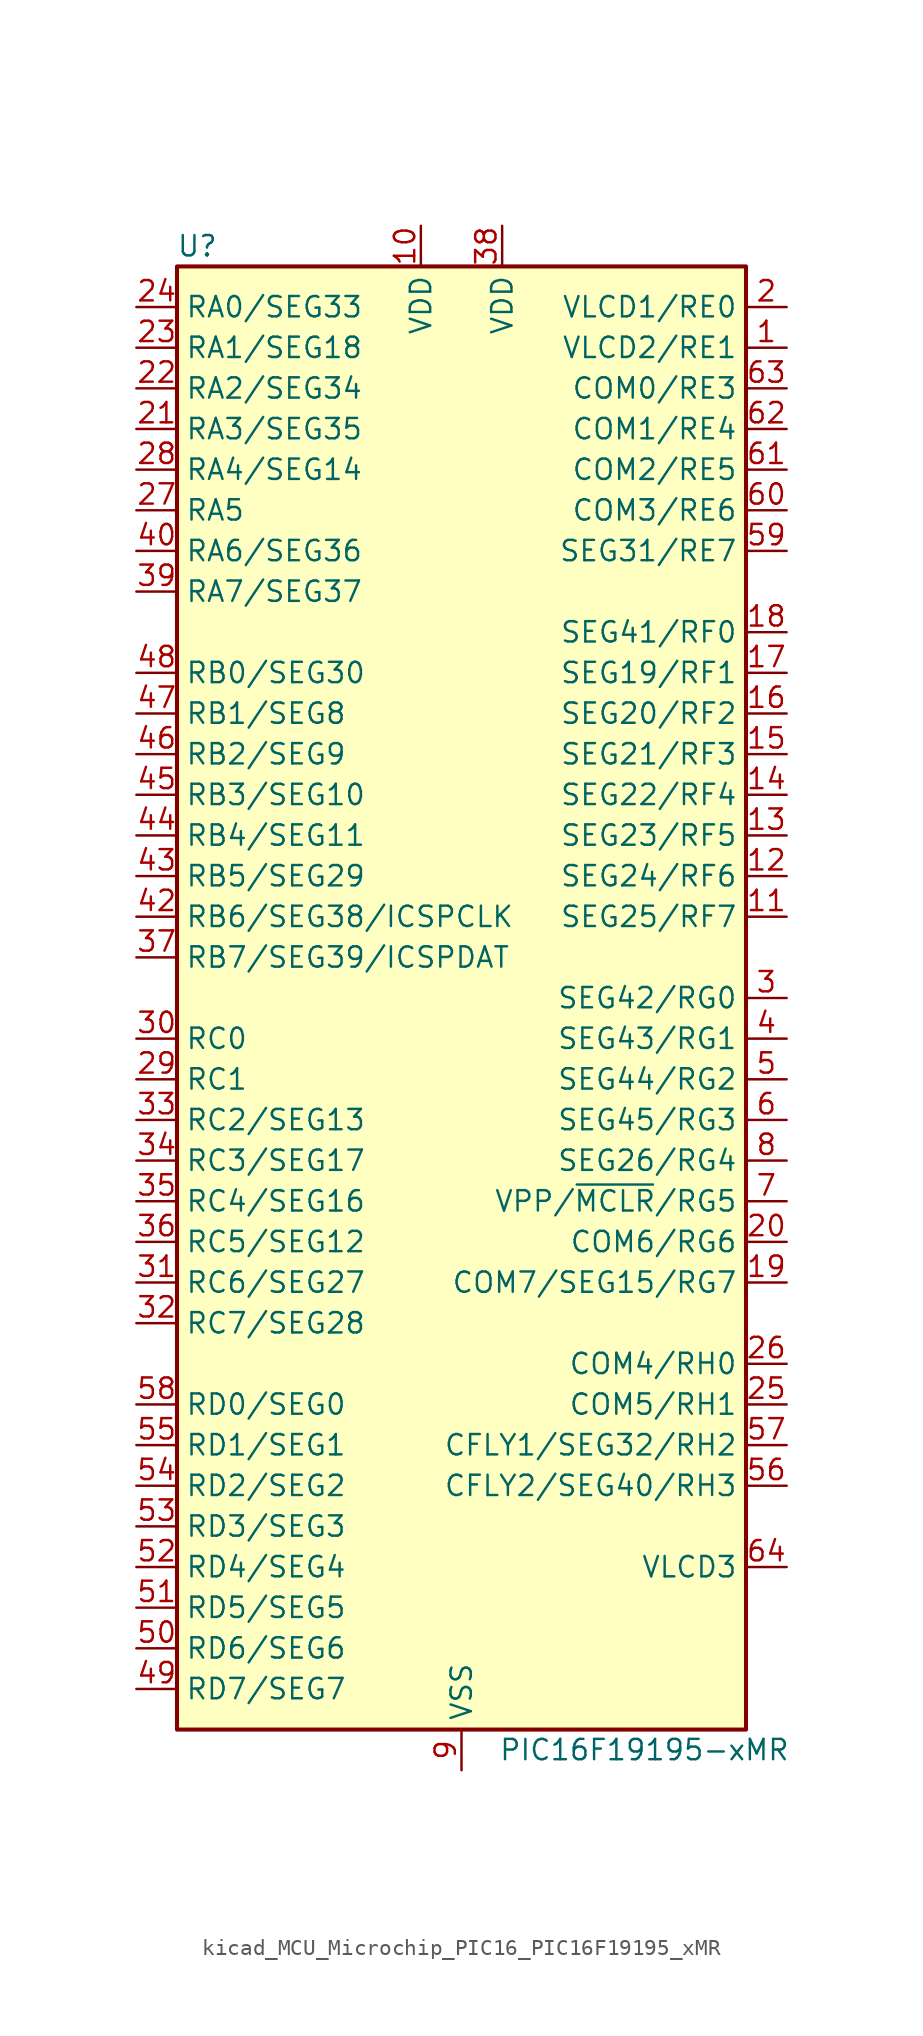
<source format=kicad_sym>
(kicad_symbol_lib
  (version 20220914)
  (generator kicad_symbol_editor)
  (symbol "kicad_MCU_Microchip_PIC16_PIC16F19195_xMR"
    (property "Reference" "U"
      (at -16.51 46.99 0)
      (effects (font (size 1.27 1.27))))
    (property "Value" "PIC16F19195-xMR"
      (at 11.43 -46.99 0)
      (effects (font (size 1.27 1.27))))
    (symbol "kicad_MCU_Microchip_PIC16_PIC16F19195_xMR_0_1"
      (rectangle (start -17.78 45.72) (end 17.78 -45.72) (stroke (width 0.254) (type default)) (fill (type background))))
    (symbol "kicad_MCU_Microchip_PIC16_PIC16F19195_xMR_1_1"
      (pin bidirectional line (at 20.32 40.64 180) (length 2.54) (name "VLCD2/RE1" (effects (font (size 1.27 1.27)))) (number "1" (effects (font (size 1.27 1.27)))))
      (pin power_in line (at -2.54 48.26 270) (length 2.54) (name "VDD" (effects (font (size 1.27 1.27)))) (number "10" (effects (font (size 1.27 1.27)))))
      (pin bidirectional line (at 20.32 5.08 180) (length 2.54) (name "SEG25/RF7" (effects (font (size 1.27 1.27)))) (number "11" (effects (font (size 1.27 1.27)))))
      (pin bidirectional line (at 20.32 7.62 180) (length 2.54) (name "SEG24/RF6" (effects (font (size 1.27 1.27)))) (number "12" (effects (font (size 1.27 1.27)))))
      (pin bidirectional line (at 20.32 10.16 180) (length 2.54) (name "SEG23/RF5" (effects (font (size 1.27 1.27)))) (number "13" (effects (font (size 1.27 1.27)))))
      (pin bidirectional line (at 20.32 12.7 180) (length 2.54) (name "SEG22/RF4" (effects (font (size 1.27 1.27)))) (number "14" (effects (font (size 1.27 1.27)))))
      (pin bidirectional line (at 20.32 15.24 180) (length 2.54) (name "SEG21/RF3" (effects (font (size 1.27 1.27)))) (number "15" (effects (font (size 1.27 1.27)))))
      (pin bidirectional line (at 20.32 17.78 180) (length 2.54) (name "SEG20/RF2" (effects (font (size 1.27 1.27)))) (number "16" (effects (font (size 1.27 1.27)))))
      (pin bidirectional line (at 20.32 20.32 180) (length 2.54) (name "SEG19/RF1" (effects (font (size 1.27 1.27)))) (number "17" (effects (font (size 1.27 1.27)))))
      (pin bidirectional line (at 20.32 22.86 180) (length 2.54) (name "SEG41/RF0" (effects (font (size 1.27 1.27)))) (number "18" (effects (font (size 1.27 1.27)))))
      (pin bidirectional line (at 20.32 -17.78 180) (length 2.54) (name "COM7/SEG15/RG7" (effects (font (size 1.27 1.27)))) (number "19" (effects (font (size 1.27 1.27)))))
      (pin bidirectional line (at 20.32 43.18 180) (length 2.54) (name "VLCD1/RE0" (effects (font (size 1.27 1.27)))) (number "2" (effects (font (size 1.27 1.27)))))
      (pin bidirectional line (at 20.32 -15.24 180) (length 2.54) (name "COM6/RG6" (effects (font (size 1.27 1.27)))) (number "20" (effects (font (size 1.27 1.27)))))
      (pin bidirectional line (at -20.32 35.56 0) (length 2.54) (name "RA3/SEG35" (effects (font (size 1.27 1.27)))) (number "21" (effects (font (size 1.27 1.27)))))
      (pin bidirectional line (at -20.32 38.1 0) (length 2.54) (name "RA2/SEG34" (effects (font (size 1.27 1.27)))) (number "22" (effects (font (size 1.27 1.27)))))
      (pin bidirectional line (at -20.32 40.64 0) (length 2.54) (name "RA1/SEG18" (effects (font (size 1.27 1.27)))) (number "23" (effects (font (size 1.27 1.27)))))
      (pin bidirectional line (at -20.32 43.18 0) (length 2.54) (name "RA0/SEG33" (effects (font (size 1.27 1.27)))) (number "24" (effects (font (size 1.27 1.27)))))
      (pin bidirectional line (at 20.32 -25.4 180) (length 2.54) (name "COM5/RH1" (effects (font (size 1.27 1.27)))) (number "25" (effects (font (size 1.27 1.27)))))
      (pin bidirectional line (at 20.32 -22.86 180) (length 2.54) (name "COM4/RH0" (effects (font (size 1.27 1.27)))) (number "26" (effects (font (size 1.27 1.27)))))
      (pin bidirectional line (at -20.32 30.48 0) (length 2.54) (name "RA5" (effects (font (size 1.27 1.27)))) (number "27" (effects (font (size 1.27 1.27)))))
      (pin bidirectional line (at -20.32 33.02 0) (length 2.54) (name "RA4/SEG14" (effects (font (size 1.27 1.27)))) (number "28" (effects (font (size 1.27 1.27)))))
      (pin bidirectional line (at -20.32 -5.08 0) (length 2.54) (name "RC1" (effects (font (size 1.27 1.27)))) (number "29" (effects (font (size 1.27 1.27)))))
      (pin bidirectional line (at 20.32 0 180) (length 2.54) (name "SEG42/RG0" (effects (font (size 1.27 1.27)))) (number "3" (effects (font (size 1.27 1.27)))))
      (pin bidirectional line (at -20.32 -2.54 0) (length 2.54) (name "RC0" (effects (font (size 1.27 1.27)))) (number "30" (effects (font (size 1.27 1.27)))))
      (pin bidirectional line (at -20.32 -17.78 0) (length 2.54) (name "RC6/SEG27" (effects (font (size 1.27 1.27)))) (number "31" (effects (font (size 1.27 1.27)))))
      (pin bidirectional line (at -20.32 -20.32 0) (length 2.54) (name "RC7/SEG28" (effects (font (size 1.27 1.27)))) (number "32" (effects (font (size 1.27 1.27)))))
      (pin bidirectional line (at -20.32 -7.62 0) (length 2.54) (name "RC2/SEG13" (effects (font (size 1.27 1.27)))) (number "33" (effects (font (size 1.27 1.27)))))
      (pin bidirectional line (at -20.32 -10.16 0) (length 2.54) (name "RC3/SEG17" (effects (font (size 1.27 1.27)))) (number "34" (effects (font (size 1.27 1.27)))))
      (pin bidirectional line (at -20.32 -12.7 0) (length 2.54) (name "RC4/SEG16" (effects (font (size 1.27 1.27)))) (number "35" (effects (font (size 1.27 1.27)))))
      (pin bidirectional line (at -20.32 -15.24 0) (length 2.54) (name "RC5/SEG12" (effects (font (size 1.27 1.27)))) (number "36" (effects (font (size 1.27 1.27)))))
      (pin bidirectional line (at -20.32 2.54 0) (length 2.54) (name "RB7/SEG39/ICSPDAT" (effects (font (size 1.27 1.27)))) (number "37" (effects (font (size 1.27 1.27)))))
      (pin power_in line (at 2.54 48.26 270) (length 2.54) (name "VDD" (effects (font (size 1.27 1.27)))) (number "38" (effects (font (size 1.27 1.27)))))
      (pin bidirectional line (at -20.32 25.4 0) (length 2.54) (name "RA7/SEG37" (effects (font (size 1.27 1.27)))) (number "39" (effects (font (size 1.27 1.27)))))
      (pin bidirectional line (at 20.32 -2.54 180) (length 2.54) (name "SEG43/RG1" (effects (font (size 1.27 1.27)))) (number "4" (effects (font (size 1.27 1.27)))))
      (pin bidirectional line (at -20.32 27.94 0) (length 2.54) (name "RA6/SEG36" (effects (font (size 1.27 1.27)))) (number "40" (effects (font (size 1.27 1.27)))))
      (pin passive line (at 0 -48.26 90) (length 2.54) hide (name "VSS" (effects (font (size 1.27 1.27)))) (number "41" (effects (font (size 1.27 1.27)))))
      (pin bidirectional line (at -20.32 5.08 0) (length 2.54) (name "RB6/SEG38/ICSPCLK" (effects (font (size 1.27 1.27)))) (number "42" (effects (font (size 1.27 1.27)))))
      (pin bidirectional line (at -20.32 7.62 0) (length 2.54) (name "RB5/SEG29" (effects (font (size 1.27 1.27)))) (number "43" (effects (font (size 1.27 1.27)))))
      (pin bidirectional line (at -20.32 10.16 0) (length 2.54) (name "RB4/SEG11" (effects (font (size 1.27 1.27)))) (number "44" (effects (font (size 1.27 1.27)))))
      (pin bidirectional line (at -20.32 12.7 0) (length 2.54) (name "RB3/SEG10" (effects (font (size 1.27 1.27)))) (number "45" (effects (font (size 1.27 1.27)))))
      (pin bidirectional line (at -20.32 15.24 0) (length 2.54) (name "RB2/SEG9" (effects (font (size 1.27 1.27)))) (number "46" (effects (font (size 1.27 1.27)))))
      (pin bidirectional line (at -20.32 17.78 0) (length 2.54) (name "RB1/SEG8" (effects (font (size 1.27 1.27)))) (number "47" (effects (font (size 1.27 1.27)))))
      (pin bidirectional line (at -20.32 20.32 0) (length 2.54) (name "RB0/SEG30" (effects (font (size 1.27 1.27)))) (number "48" (effects (font (size 1.27 1.27)))))
      (pin bidirectional line (at -20.32 -43.18 0) (length 2.54) (name "RD7/SEG7" (effects (font (size 1.27 1.27)))) (number "49" (effects (font (size 1.27 1.27)))))
      (pin bidirectional line (at 20.32 -5.08 180) (length 2.54) (name "SEG44/RG2" (effects (font (size 1.27 1.27)))) (number "5" (effects (font (size 1.27 1.27)))))
      (pin bidirectional line (at -20.32 -40.64 0) (length 2.54) (name "RD6/SEG6" (effects (font (size 1.27 1.27)))) (number "50" (effects (font (size 1.27 1.27)))))
      (pin bidirectional line (at -20.32 -38.1 0) (length 2.54) (name "RD5/SEG5" (effects (font (size 1.27 1.27)))) (number "51" (effects (font (size 1.27 1.27)))))
      (pin bidirectional line (at -20.32 -35.56 0) (length 2.54) (name "RD4/SEG4" (effects (font (size 1.27 1.27)))) (number "52" (effects (font (size 1.27 1.27)))))
      (pin bidirectional line (at -20.32 -33.02 0) (length 2.54) (name "RD3/SEG3" (effects (font (size 1.27 1.27)))) (number "53" (effects (font (size 1.27 1.27)))))
      (pin bidirectional line (at -20.32 -30.48 0) (length 2.54) (name "RD2/SEG2" (effects (font (size 1.27 1.27)))) (number "54" (effects (font (size 1.27 1.27)))))
      (pin bidirectional line (at -20.32 -27.94 0) (length 2.54) (name "RD1/SEG1" (effects (font (size 1.27 1.27)))) (number "55" (effects (font (size 1.27 1.27)))))
      (pin bidirectional line (at 20.32 -30.48 180) (length 2.54) (name "CFLY2/SEG40/RH3" (effects (font (size 1.27 1.27)))) (number "56" (effects (font (size 1.27 1.27)))))
      (pin bidirectional line (at 20.32 -27.94 180) (length 2.54) (name "CFLY1/SEG32/RH2" (effects (font (size 1.27 1.27)))) (number "57" (effects (font (size 1.27 1.27)))))
      (pin bidirectional line (at -20.32 -25.4 0) (length 2.54) (name "RD0/SEG0" (effects (font (size 1.27 1.27)))) (number "58" (effects (font (size 1.27 1.27)))))
      (pin bidirectional line (at 20.32 27.94 180) (length 2.54) (name "SEG31/RE7" (effects (font (size 1.27 1.27)))) (number "59" (effects (font (size 1.27 1.27)))))
      (pin bidirectional line (at 20.32 -7.62 180) (length 2.54) (name "SEG45/RG3" (effects (font (size 1.27 1.27)))) (number "6" (effects (font (size 1.27 1.27)))))
      (pin bidirectional line (at 20.32 30.48 180) (length 2.54) (name "COM3/RE6" (effects (font (size 1.27 1.27)))) (number "60" (effects (font (size 1.27 1.27)))))
      (pin bidirectional line (at 20.32 33.02 180) (length 2.54) (name "COM2/RE5" (effects (font (size 1.27 1.27)))) (number "61" (effects (font (size 1.27 1.27)))))
      (pin bidirectional line (at 20.32 35.56 180) (length 2.54) (name "COM1/RE4" (effects (font (size 1.27 1.27)))) (number "62" (effects (font (size 1.27 1.27)))))
      (pin bidirectional line (at 20.32 38.1 180) (length 2.54) (name "COM0/RE3" (effects (font (size 1.27 1.27)))) (number "63" (effects (font (size 1.27 1.27)))))
      (pin input line (at 20.32 -35.56 180) (length 2.54) (name "VLCD3" (effects (font (size 1.27 1.27)))) (number "64" (effects (font (size 1.27 1.27)))))
      (pin passive line (at 0 -48.26 90) (length 2.54) hide (name "VSS" (effects (font (size 1.27 1.27)))) (number "65" (effects (font (size 1.27 1.27)))))
      (pin bidirectional line (at 20.32 -12.7 180) (length 2.54) (name "VPP/~{MCLR}/RG5" (effects (font (size 1.27 1.27)))) (number "7" (effects (font (size 1.27 1.27)))))
      (pin bidirectional line (at 20.32 -10.16 180) (length 2.54) (name "SEG26/RG4" (effects (font (size 1.27 1.27)))) (number "8" (effects (font (size 1.27 1.27)))))
      (pin power_in line (at 0 -48.26 90) (length 2.54) (name "VSS" (effects (font (size 1.27 1.27)))) (number "9" (effects (font (size 1.27 1.27))))))))
</source>
